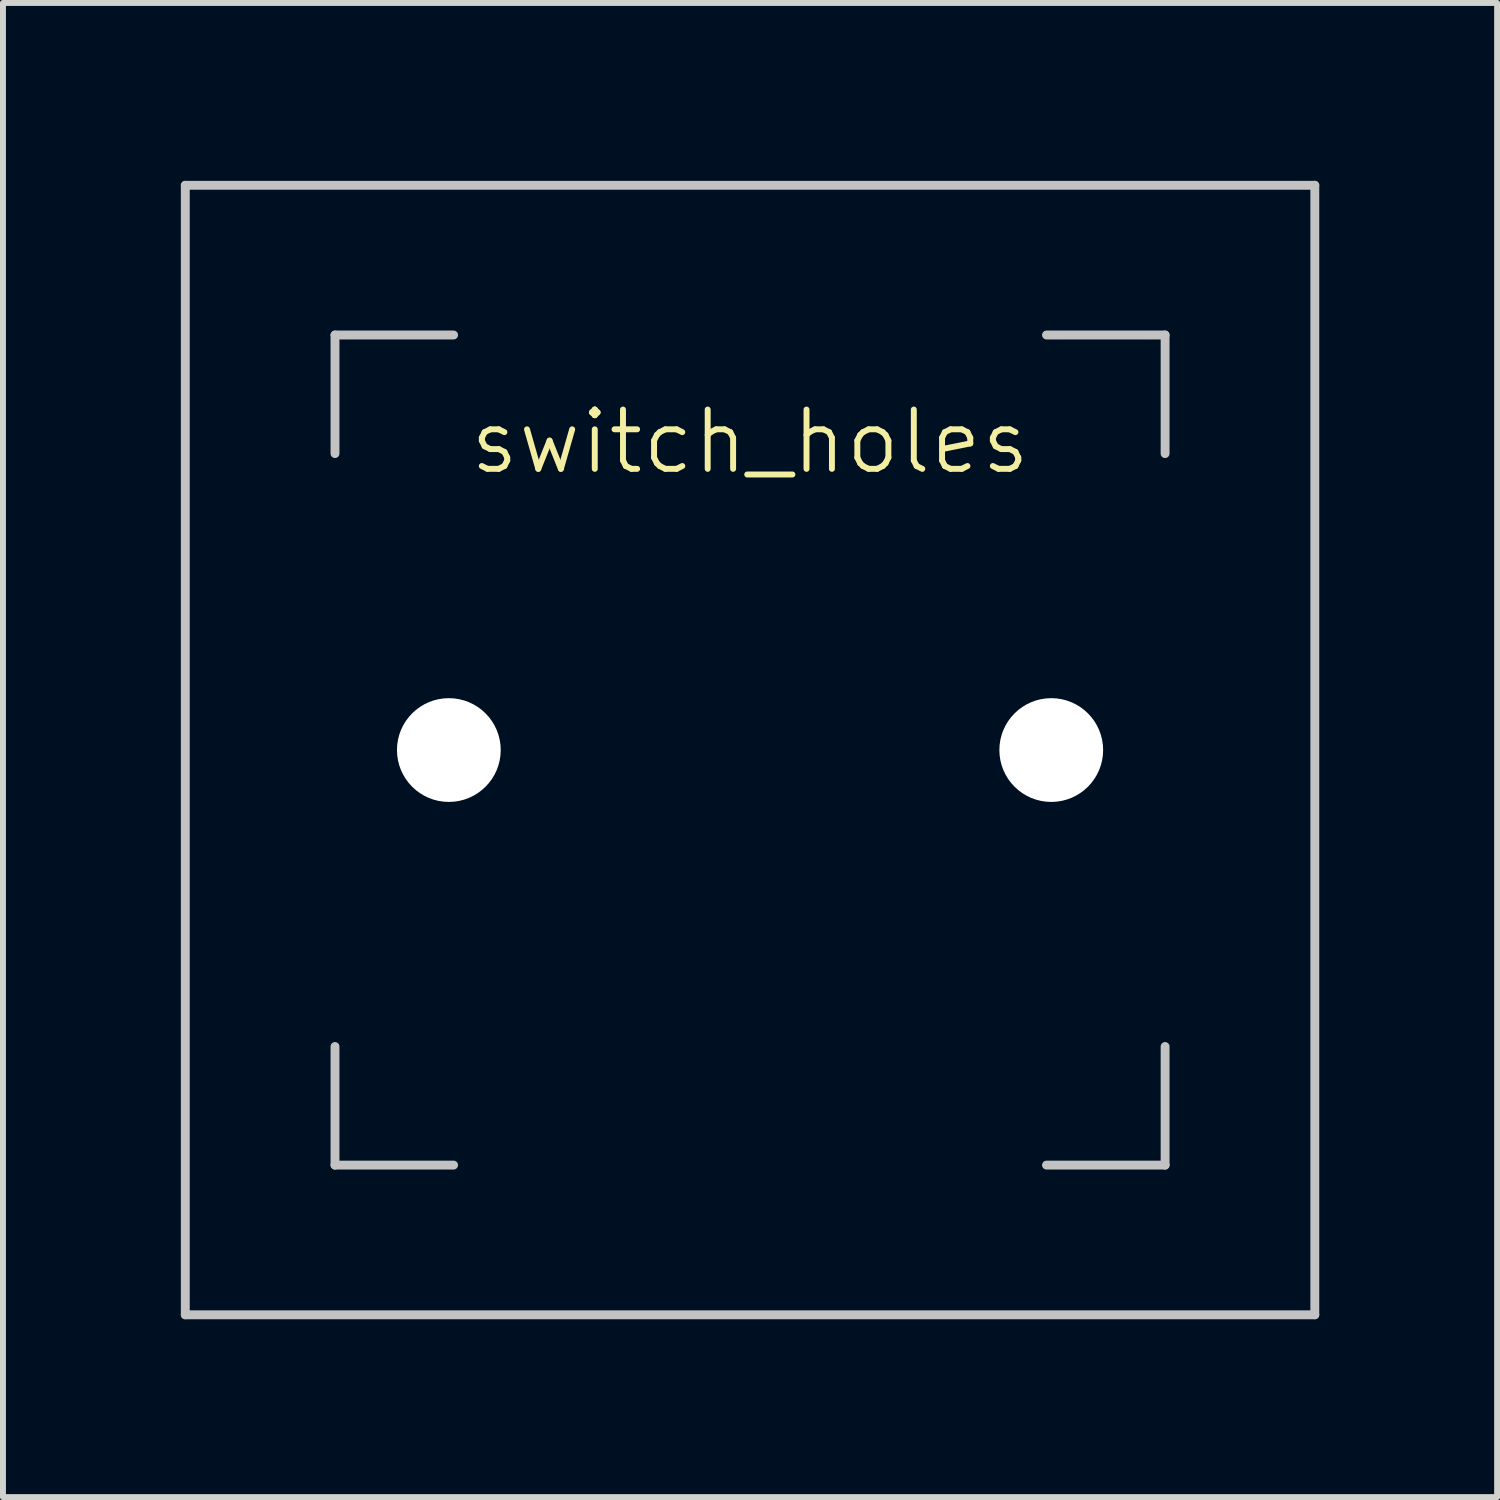
<source format=kicad_pcb>
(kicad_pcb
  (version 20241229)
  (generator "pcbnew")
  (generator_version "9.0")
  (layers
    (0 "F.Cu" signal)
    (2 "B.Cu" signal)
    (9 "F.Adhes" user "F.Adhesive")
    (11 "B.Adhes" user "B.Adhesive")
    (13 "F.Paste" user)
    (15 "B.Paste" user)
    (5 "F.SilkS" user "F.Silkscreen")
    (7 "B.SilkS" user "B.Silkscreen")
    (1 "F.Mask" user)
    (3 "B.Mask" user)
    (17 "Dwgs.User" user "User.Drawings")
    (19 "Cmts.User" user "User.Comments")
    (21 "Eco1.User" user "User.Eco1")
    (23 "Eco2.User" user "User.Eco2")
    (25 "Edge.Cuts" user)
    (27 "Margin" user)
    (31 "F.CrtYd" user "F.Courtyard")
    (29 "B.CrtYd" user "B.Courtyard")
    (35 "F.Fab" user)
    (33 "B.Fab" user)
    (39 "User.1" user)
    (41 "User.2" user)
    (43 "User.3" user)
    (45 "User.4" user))
  (footprint "switch_holes"
    (layer "F.Cu")
    (at 9.6 9.6)
    (property "Reference" "switch_holes" (at 0 -5.2 0) (unlocked yes) (layer "F.SilkS") (effects (font (size 1 1) (thickness 0.1))))
    (attr through_hole)
    (fp_line (start -9.525 -9.525) (end -9.525 9.525) (stroke (width 0.15) (type solid)) (layer "Dwgs.User"))
    (fp_line (start -9.525 9.525) (end 9.525 9.525) (stroke (width 0.15) (type solid)) (layer "Dwgs.User"))
    (fp_line (start -7 -7) (end -5 -7) (stroke (width 0.15) (type solid)) (layer "Dwgs.User"))
    (fp_line (start -7 -5) (end -7 -7) (stroke (width 0.15) (type solid)) (layer "Dwgs.User"))
    (fp_line (start -7 7) (end -7 5) (stroke (width 0.15) (type solid)) (layer "Dwgs.User"))
    (fp_line (start -5 7) (end -7 7) (stroke (width 0.15) (type solid)) (layer "Dwgs.User"))
    (fp_line (start 7 -7) (end 5 -7) (stroke (width 0.15) (type solid)) (layer "Dwgs.User"))
    (fp_line (start 7 -5) (end 7 -7) (stroke (width 0.15) (type solid)) (layer "Dwgs.User"))
    (fp_line (start 7 5) (end 7 7) (stroke (width 0.15) (type solid)) (layer "Dwgs.User"))
    (fp_line (start 7 7) (end 5 7) (stroke (width 0.15) (type solid)) (layer "Dwgs.User"))
    (fp_line (start 9.525 -9.525) (end -9.525 -9.525) (stroke (width 0.15) (type solid)) (layer "Dwgs.User"))
    (fp_line (start 9.525 9.525) (end 9.525 -9.525) (stroke (width 0.15) (type solid)) (layer "Dwgs.User"))
    (pad "" np_thru_hole circle (at -5.08 0 48.1) (size 1.75 1.75) (drill 1.75) (layers "*.Cu" "*.Mask"))
    (pad "" np_thru_hole circle (at 5.08 0 48.1) (size 1.75 1.75) (drill 1.75) (layers "*.Cu" "*.Mask")))
  (gr_rect
    (start -3 -3)
    (end 22.2 22.2)
    (stroke (width 0.1) (type default))
    (fill no)
    (layer "Edge.Cuts")))
</source>
